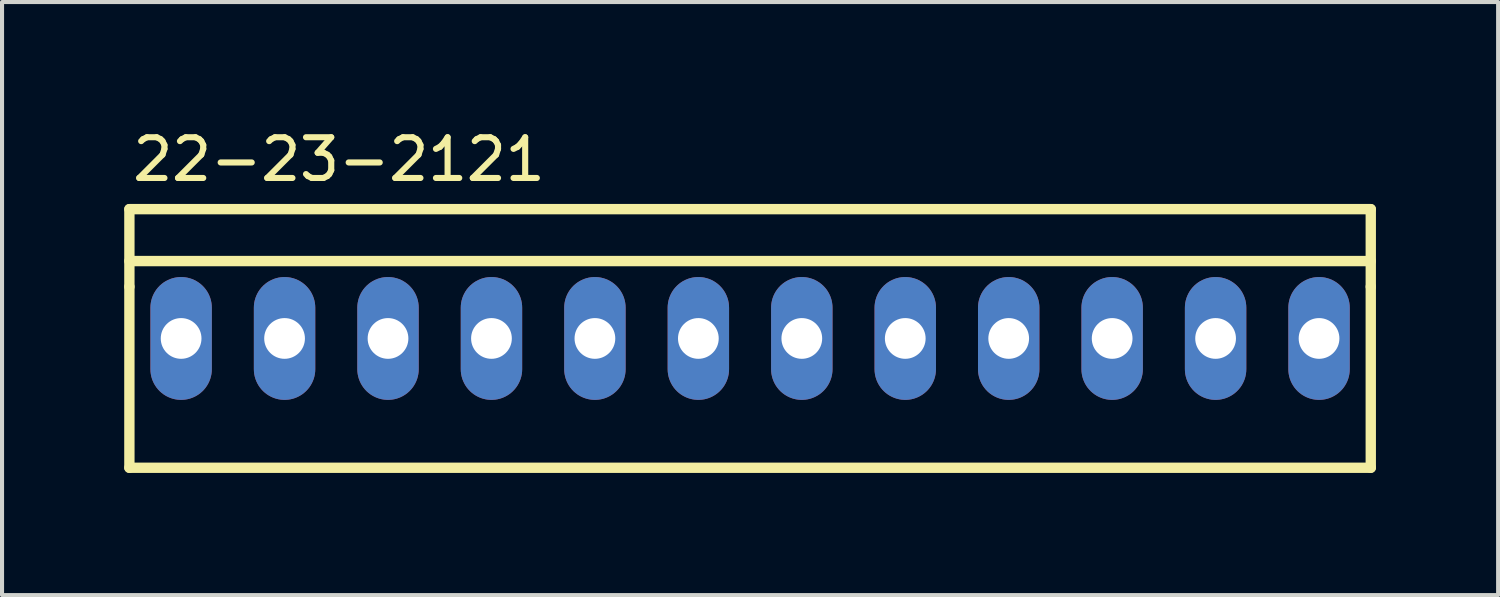
<source format=kicad_pcb>
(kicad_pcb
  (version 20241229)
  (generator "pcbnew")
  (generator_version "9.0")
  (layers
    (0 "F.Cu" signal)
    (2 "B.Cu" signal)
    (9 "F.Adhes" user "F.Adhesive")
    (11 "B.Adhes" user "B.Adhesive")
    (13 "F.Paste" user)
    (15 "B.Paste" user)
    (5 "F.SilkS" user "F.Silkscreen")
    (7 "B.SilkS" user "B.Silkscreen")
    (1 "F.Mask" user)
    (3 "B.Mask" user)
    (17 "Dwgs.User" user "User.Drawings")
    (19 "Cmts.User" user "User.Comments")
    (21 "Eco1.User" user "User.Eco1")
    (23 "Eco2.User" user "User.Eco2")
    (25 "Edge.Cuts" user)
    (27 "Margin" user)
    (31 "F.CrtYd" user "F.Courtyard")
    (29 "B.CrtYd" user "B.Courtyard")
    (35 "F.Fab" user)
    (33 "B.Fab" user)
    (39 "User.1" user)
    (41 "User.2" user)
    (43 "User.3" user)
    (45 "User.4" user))
  (footprint "22-23-2121"
    (layer "F.Cu")
    (at 15.367 5.26)
    (property "Reference" "22-23-2121" (at -15.24 -3.81 0) (unlocked yes) (layer "F.SilkS") (effects (font (size 1 1) (thickness 0.15)) (justify left bottom)))
    (fp_line (start -15.24 -3.175) (end 15.24 -3.175) (stroke (width 0.254) (type solid)) (layer "F.SilkS"))
    (fp_line (start -15.24 -1.9) (end 15.24 -1.9) (stroke (width 0.254) (type solid)) (layer "F.SilkS"))
    (fp_line (start -15.24 -1.27) (end -15.24 -3.175) (stroke (width 0.254) (type solid)) (layer "F.SilkS"))
    (fp_line (start -15.24 3.175) (end -15.24 -1.27) (stroke (width 0.254) (type solid)) (layer "F.SilkS"))
    (fp_line (start 15.24 -3.175) (end 15.24 -1.27) (stroke (width 0.254) (type solid)) (layer "F.SilkS"))
    (fp_line (start 15.24 -1.27) (end 15.24 3.175) (stroke (width 0.254) (type solid)) (layer "F.SilkS"))
    (fp_line (start 15.24 3.175) (end -15.24 3.175) (stroke (width 0.254) (type solid)) (layer "F.SilkS"))
    (pad "1" thru_hole oval (at -13.97 0 90) (size 3.016 1.508) (drill 1) (layers "*.Cu" "*.Mask"))
    (pad "2" thru_hole oval (at -11.43 0 90) (size 3.016 1.508) (drill 1) (layers "*.Cu" "*.Mask"))
    (pad "3" thru_hole oval (at -8.89 0 90) (size 3.016 1.508) (drill 1) (layers "*.Cu" "*.Mask"))
    (pad "4" thru_hole oval (at -6.35 0 90) (size 3.016 1.508) (drill 1) (layers "*.Cu" "*.Mask"))
    (pad "5" thru_hole oval (at -3.81 0 90) (size 3.016 1.508) (drill 1) (layers "*.Cu" "*.Mask"))
    (pad "6" thru_hole oval (at -1.27 0 90) (size 3.016 1.508) (drill 1) (layers "*.Cu" "*.Mask"))
    (pad "7" thru_hole oval (at 1.27 0 90) (size 3.016 1.508) (drill 1) (layers "*.Cu" "*.Mask"))
    (pad "8" thru_hole oval (at 3.81 0 90) (size 3.016 1.508) (drill 1) (layers "*.Cu" "*.Mask"))
    (pad "9" thru_hole oval (at 6.35 0 90) (size 3.016 1.508) (drill 1) (layers "*.Cu" "*.Mask"))
    (pad "10" thru_hole oval (at 8.89 0 90) (size 3.016 1.508) (drill 1) (layers "*.Cu" "*.Mask"))
    (pad "11" thru_hole oval (at 11.43 0 90) (size 3.016 1.508) (drill 1) (layers "*.Cu" "*.Mask"))
    (pad "12" thru_hole oval (at 13.97 0 90) (size 3.016 1.508) (drill 1) (layers "*.Cu" "*.Mask")))
  (gr_rect
    (start -3 -3)
    (end 33.734 11.562)
    (stroke (width 0.1) (type default))
    (fill no)
    (layer "Edge.Cuts")))
</source>
